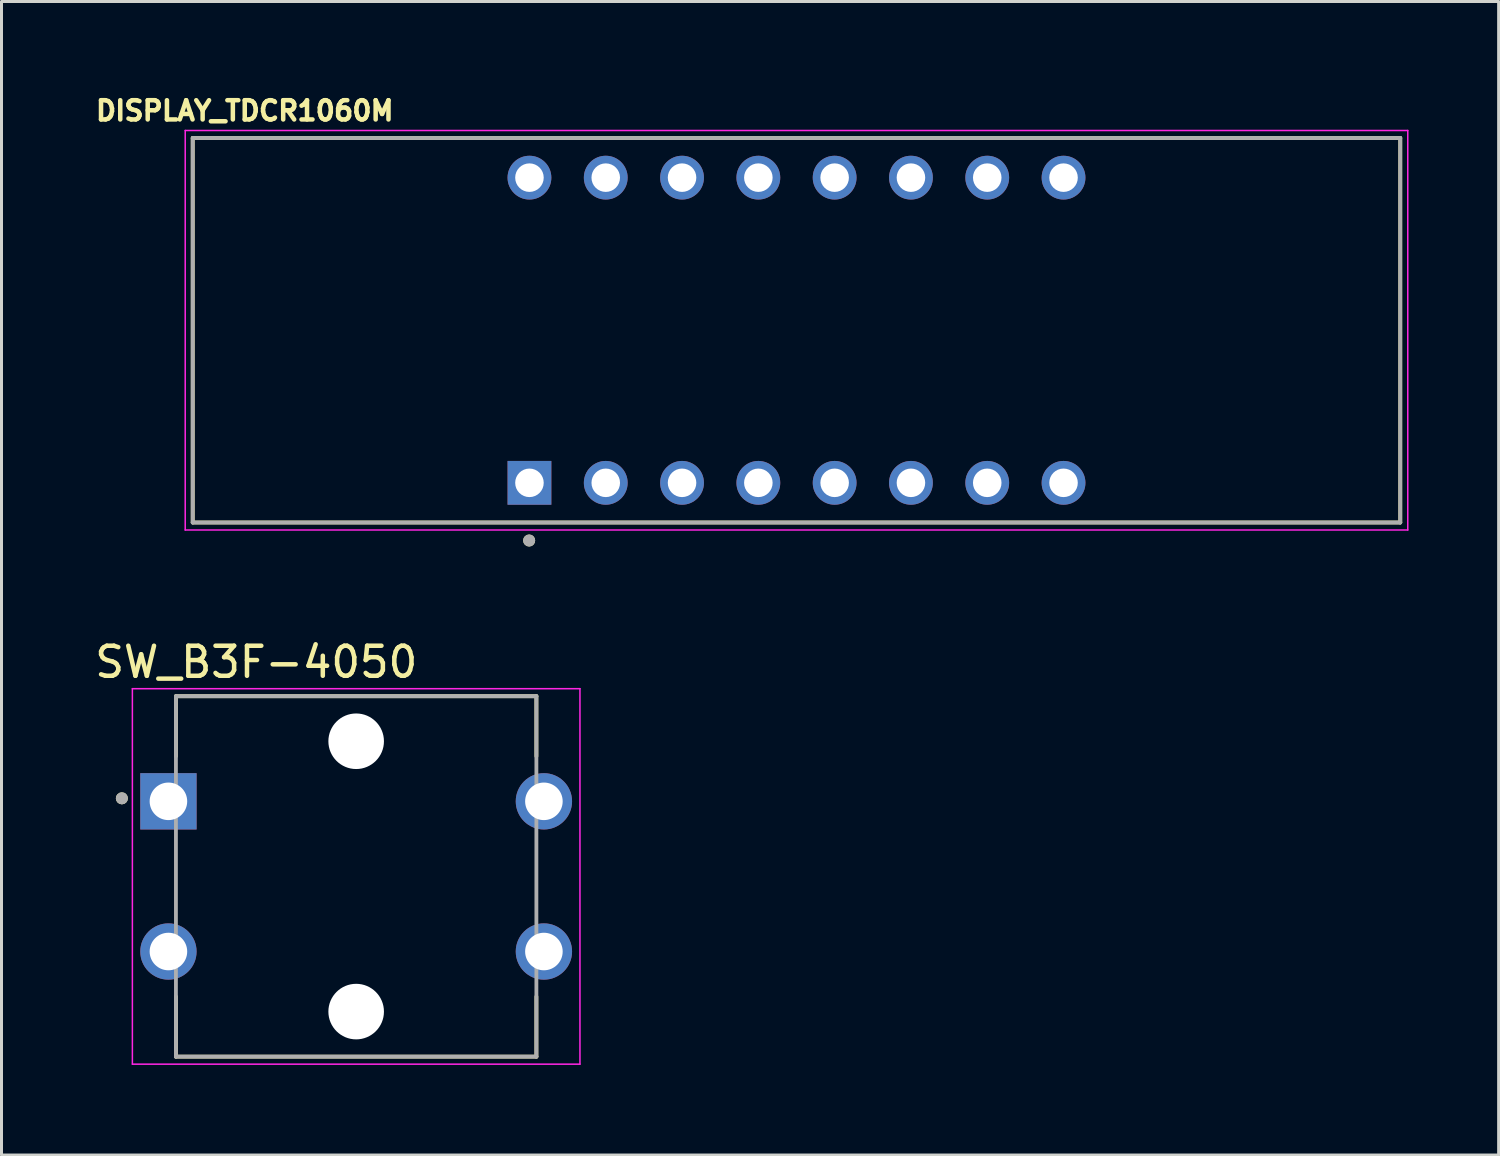
<source format=kicad_pcb>
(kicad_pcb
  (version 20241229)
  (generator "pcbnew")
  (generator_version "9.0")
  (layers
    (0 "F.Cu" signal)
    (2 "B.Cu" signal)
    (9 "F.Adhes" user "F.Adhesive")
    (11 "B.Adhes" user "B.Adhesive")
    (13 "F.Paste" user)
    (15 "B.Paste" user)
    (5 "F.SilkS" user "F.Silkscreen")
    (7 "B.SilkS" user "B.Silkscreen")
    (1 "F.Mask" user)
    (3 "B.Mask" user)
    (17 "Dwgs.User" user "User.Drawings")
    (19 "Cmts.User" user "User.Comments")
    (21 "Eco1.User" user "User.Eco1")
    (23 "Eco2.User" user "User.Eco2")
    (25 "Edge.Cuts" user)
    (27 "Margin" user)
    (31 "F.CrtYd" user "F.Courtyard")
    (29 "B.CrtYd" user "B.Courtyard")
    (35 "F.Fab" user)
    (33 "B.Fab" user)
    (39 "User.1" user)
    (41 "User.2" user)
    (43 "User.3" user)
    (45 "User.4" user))
  (footprint "DISPLAY_TDCR1060M"
    (layer "F.Cu")
    (at 23.466 7.944)
    (property "Reference" "DISPLAY_TDCR1060M" (at -18.368 -7.306 0) (layer "F.SilkS") (effects (font (size 0.64 0.64) (thickness 0.15))))
    (attr through_hole)
    (fp_line (start -20.1 -6.4) (end 20.1 -6.4) (stroke (width 0.127) (type solid)) (layer "F.SilkS"))
    (fp_line (start -20.1 6.4) (end -20.1 -6.4) (stroke (width 0.127) (type solid)) (layer "F.SilkS"))
    (fp_line (start 20.1 -6.4) (end 20.1 6.4) (stroke (width 0.127) (type solid)) (layer "F.SilkS"))
    (fp_line (start 20.1 6.4) (end -20.1 6.4) (stroke (width 0.127) (type solid)) (layer "F.SilkS"))
    (fp_circle (center -8.9 7) (end -8.8 7) (stroke (width 0.2) (type solid)) (fill no) (layer "F.SilkS"))
    (fp_line (start -20.35 -6.65) (end 20.35 -6.65) (stroke (width 0.05) (type solid)) (layer "F.CrtYd"))
    (fp_line (start -20.35 6.65) (end -20.35 -6.65) (stroke (width 0.05) (type solid)) (layer "F.CrtYd"))
    (fp_line (start 20.35 -6.65) (end 20.35 6.65) (stroke (width 0.05) (type solid)) (layer "F.CrtYd"))
    (fp_line (start 20.35 6.65) (end -20.35 6.65) (stroke (width 0.05) (type solid)) (layer "F.CrtYd"))
    (fp_line (start -20.1 -6.4) (end 20.1 -6.4) (stroke (width 0.127) (type solid)) (layer "F.Fab"))
    (fp_line (start -20.1 6.4) (end -20.1 -6.4) (stroke (width 0.127) (type solid)) (layer "F.Fab"))
    (fp_line (start 20.1 -6.4) (end 20.1 6.4) (stroke (width 0.127) (type solid)) (layer "F.Fab"))
    (fp_line (start 20.1 6.4) (end -20.1 6.4) (stroke (width 0.127) (type solid)) (layer "F.Fab"))
    (fp_circle (center -8.9 7) (end -8.8 7) (stroke (width 0.2) (type solid)) (fill no) (layer "F.Fab"))
    (pad "1" thru_hole rect (at -8.89 5.08) (size 1.458 1.458) (drill 0.95) (layers "*.Cu" "*.Mask"))
    (pad "2" thru_hole circle (at -6.35 5.08) (size 1.458 1.458) (drill 0.95) (layers "*.Cu" "*.Mask"))
    (pad "3" thru_hole circle (at -3.81 5.08) (size 1.458 1.458) (drill 0.95) (layers "*.Cu" "*.Mask"))
    (pad "4" thru_hole circle (at -1.27 5.08) (size 1.458 1.458) (drill 0.95) (layers "*.Cu" "*.Mask"))
    (pad "5" thru_hole circle (at 1.27 5.08) (size 1.458 1.458) (drill 0.95) (layers "*.Cu" "*.Mask"))
    (pad "6" thru_hole circle (at 3.81 5.08) (size 1.458 1.458) (drill 0.95) (layers "*.Cu" "*.Mask"))
    (pad "7" thru_hole circle (at 6.35 5.08) (size 1.458 1.458) (drill 0.95) (layers "*.Cu" "*.Mask"))
    (pad "8" thru_hole circle (at 8.89 5.08) (size 1.458 1.458) (drill 0.95) (layers "*.Cu" "*.Mask"))
    (pad "9" thru_hole circle (at 8.89 -5.08) (size 1.458 1.458) (drill 0.95) (layers "*.Cu" "*.Mask"))
    (pad "10" thru_hole circle (at 6.35 -5.08) (size 1.458 1.458) (drill 0.95) (layers "*.Cu" "*.Mask"))
    (pad "11" thru_hole circle (at 3.81 -5.08) (size 1.458 1.458) (drill 0.95) (layers "*.Cu" "*.Mask"))
    (pad "12" thru_hole circle (at 1.27 -5.08) (size 1.458 1.458) (drill 0.95) (layers "*.Cu" "*.Mask"))
    (pad "13" thru_hole circle (at -1.27 -5.08) (size 1.458 1.458) (drill 0.95) (layers "*.Cu" "*.Mask"))
    (pad "14" thru_hole circle (at -3.81 -5.08) (size 1.458 1.458) (drill 0.95) (layers "*.Cu" "*.Mask"))
    (pad "15" thru_hole circle (at -6.35 -5.08) (size 1.458 1.458) (drill 0.95) (layers "*.Cu" "*.Mask"))
    (pad "16" thru_hole circle (at -8.89 -5.08) (size 1.458 1.458) (drill 0.95) (layers "*.Cu" "*.Mask")))
  (footprint "SW_B3F-4050"
    (layer "F.Cu")
    (at 8.807 26.127)
    (property "Reference" "SW_B3F-4050" (at -3.325 -7.135 0) (layer "F.SilkS") (effects (font (size 1 1) (thickness 0.15))))
    (attr through_hole)
    (fp_line (start -6 -6) (end 6 -6) (stroke (width 0.127) (type solid)) (layer "F.SilkS"))
    (fp_line (start -6 -4) (end -6 -6) (stroke (width 0.127) (type solid)) (layer "F.SilkS"))
    (fp_line (start -6 4) (end -6 6) (stroke (width 0.127) (type solid)) (layer "F.SilkS"))
    (fp_line (start -6 6) (end 6 6) (stroke (width 0.127) (type solid)) (layer "F.SilkS"))
    (fp_line (start 6 -6) (end 6 -4) (stroke (width 0.127) (type solid)) (layer "F.SilkS"))
    (fp_line (start 6 6) (end 6 4) (stroke (width 0.127) (type solid)) (layer "F.SilkS"))
    (fp_circle (center -7.8 -2.6) (end -7.7 -2.6) (stroke (width 0.2) (type solid)) (fill no) (layer "F.SilkS"))
    (fp_line (start -7.45 -6.25) (end -7.45 6.25) (stroke (width 0.05) (type solid)) (layer "F.CrtYd"))
    (fp_line (start -7.45 6.25) (end 7.45 6.25) (stroke (width 0.05) (type solid)) (layer "F.CrtYd"))
    (fp_line (start 7.45 -6.25) (end -7.45 -6.25) (stroke (width 0.05) (type solid)) (layer "F.CrtYd"))
    (fp_line (start 7.45 6.25) (end 7.45 -6.25) (stroke (width 0.05) (type solid)) (layer "F.CrtYd"))
    (fp_line (start -6 -6) (end -6 6) (stroke (width 0.127) (type solid)) (layer "F.Fab"))
    (fp_line (start -6 6) (end 6 6) (stroke (width 0.127) (type solid)) (layer "F.Fab"))
    (fp_line (start 6 -6) (end -6 -6) (stroke (width 0.127) (type solid)) (layer "F.Fab"))
    (fp_line (start 6 6) (end 6 -6) (stroke (width 0.127) (type solid)) (layer "F.Fab"))
    (fp_circle (center -7.8 -2.6) (end -7.7 -2.6) (stroke (width 0.2) (type solid)) (fill no) (layer "F.Fab"))
    (pad "" np_thru_hole circle (at 0 -4.5) (size 1.85 1.85) (drill 1.85) (layers "*.Cu" "*.Mask"))
    (pad "" np_thru_hole circle (at 0 4.5) (size 1.85 1.85) (drill 1.85) (layers "*.Cu" "*.Mask"))
    (pad "1" thru_hole rect (at -6.25 -2.5) (size 1.875 1.875) (drill 1.25) (layers "*.Cu" "*.Mask"))
    (pad "2" thru_hole circle (at 6.25 -2.5) (size 1.875 1.875) (drill 1.25) (layers "*.Cu" "*.Mask"))
    (pad "3" thru_hole circle (at -6.25 2.5) (size 1.875 1.875) (drill 1.25) (layers "*.Cu" "*.Mask"))
    (pad "4" thru_hole circle (at 6.25 2.5) (size 1.875 1.875) (drill 1.25) (layers "*.Cu" "*.Mask")))
  (gr_rect
    (start -3 -3)
    (end 46.841 35.402)
    (stroke (width 0.1) (type default))
    (fill no)
    (layer "Edge.Cuts")))
</source>
